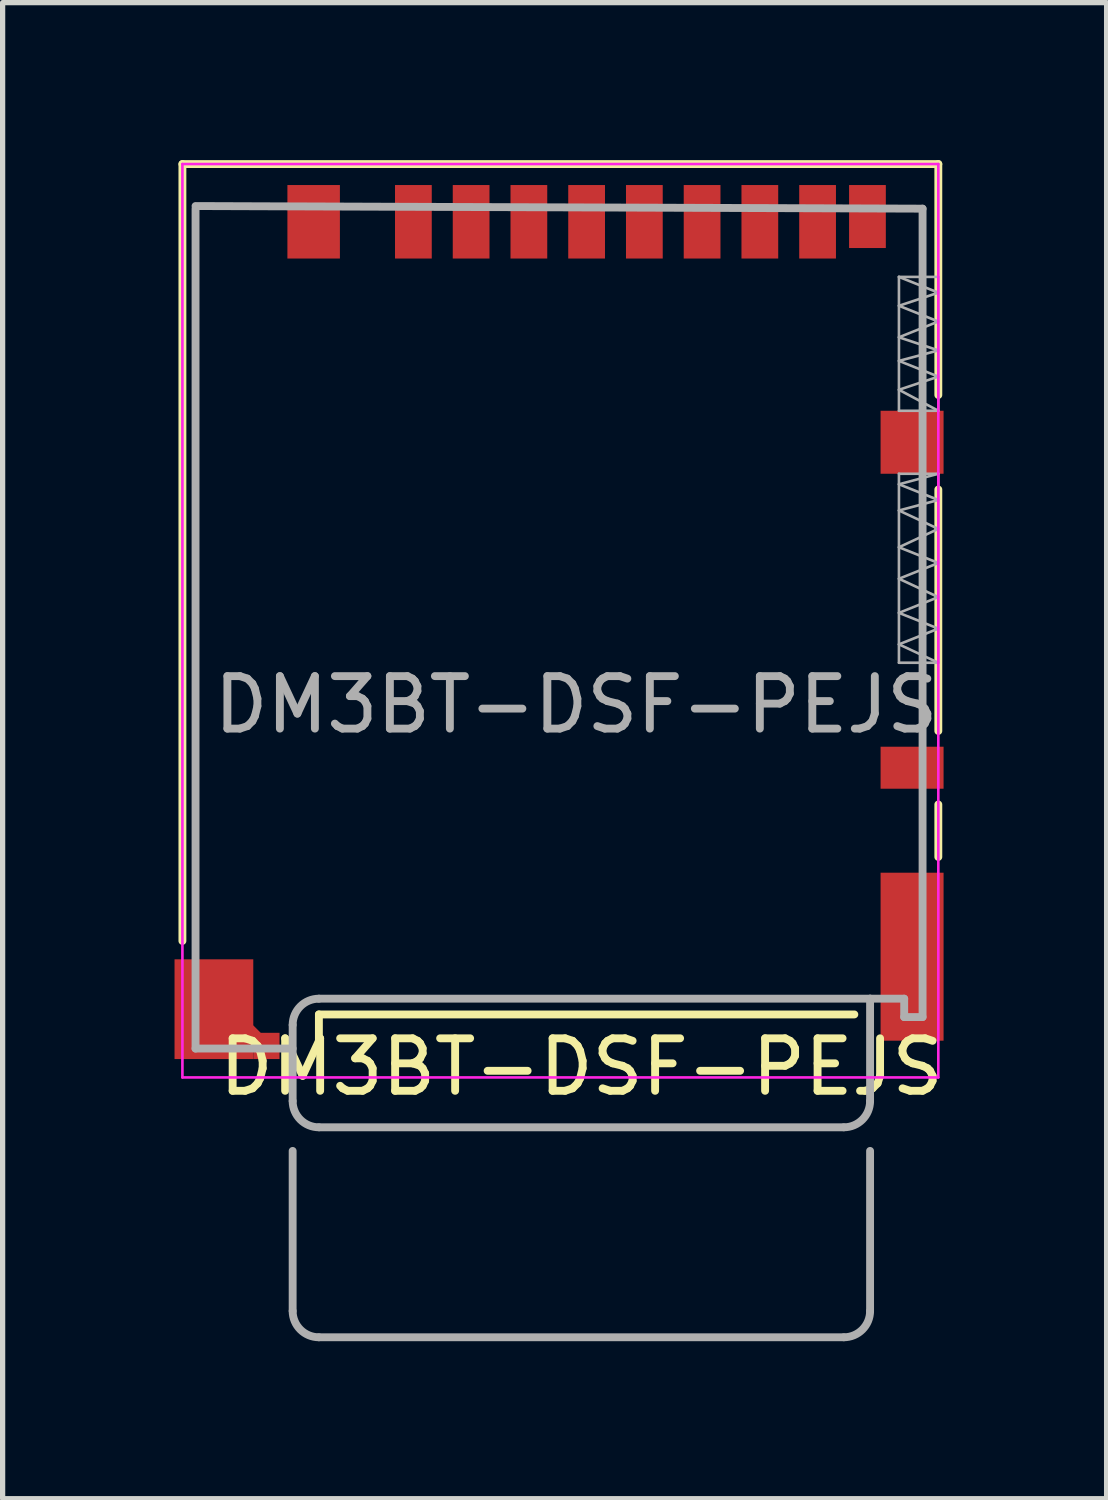
<source format=kicad_pcb>
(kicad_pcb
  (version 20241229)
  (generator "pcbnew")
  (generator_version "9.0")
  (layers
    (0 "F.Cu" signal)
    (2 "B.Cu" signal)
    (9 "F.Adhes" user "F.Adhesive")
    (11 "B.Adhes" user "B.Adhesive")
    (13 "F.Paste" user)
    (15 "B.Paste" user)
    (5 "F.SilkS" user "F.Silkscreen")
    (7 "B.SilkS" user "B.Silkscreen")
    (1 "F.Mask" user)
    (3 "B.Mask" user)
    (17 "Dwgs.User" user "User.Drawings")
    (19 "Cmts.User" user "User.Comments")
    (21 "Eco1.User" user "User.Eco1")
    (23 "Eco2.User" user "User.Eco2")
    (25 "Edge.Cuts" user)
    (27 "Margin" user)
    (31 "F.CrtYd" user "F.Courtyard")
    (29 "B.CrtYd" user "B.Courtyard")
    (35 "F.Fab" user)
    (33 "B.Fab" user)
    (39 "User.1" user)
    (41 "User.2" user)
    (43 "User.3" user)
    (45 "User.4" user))
  (footprint "DM3BT-DSF-PEJS"
    (layer "F.Cu")
    (at 8.025 0.875)
    (property "Reference" "DM3BT-DSF-PEJS" (at 0 16.4 0) (layer "F.SilkS") (effects (font (size 1 1) (thickness 0.15))))
    (attr through_hole)
    (fp_line (start -7.6 -0.8) (end -7.6 14) (stroke (width 0.15) (type solid)) (layer "F.SilkS"))
    (fp_line (start -7.6 -0.8) (end 6.8 -0.8) (stroke (width 0.15) (type solid)) (layer "F.SilkS"))
    (fp_line (start -5 15.4) (end -5 16) (stroke (width 0.15) (type solid)) (layer "F.SilkS"))
    (fp_line (start 5.2 15.4) (end -5 15.4) (stroke (width 0.15) (type solid)) (layer "F.SilkS"))
    (fp_line (start 6.8 -0.8) (end 6.8 3.6) (stroke (width 0.15) (type solid)) (layer "F.SilkS"))
    (fp_line (start 6.8 5.4) (end 6.8 10) (stroke (width 0.15) (type solid)) (layer "F.SilkS"))
    (fp_line (start 6.8 11.4) (end 6.8 12.4) (stroke (width 0.15) (type solid)) (layer "F.SilkS"))
    (fp_line (start -8 15.3) (end -6 15.3) (stroke (width 0.05) (type solid)) (layer "Eco1.User"))
    (fp_line (start -7.75 14.35) (end -7.75 16.25) (stroke (width 0.05) (type solid)) (layer "Eco1.User"))
    (fp_line (start -7.75 14.35) (end -6.25 14.35) (stroke (width 0.05) (type solid)) (layer "Eco1.User"))
    (fp_line (start -7.75 16.25) (end -5.75 16.25) (stroke (width 0.05) (type solid)) (layer "Eco1.User"))
    (fp_line (start -6.25 14.35) (end -6.25 15.6) (stroke (width 0.05) (type solid)) (layer "Eco1.User"))
    (fp_line (start -6.25 15.6) (end -6.1 15.75) (stroke (width 0.05) (type solid)) (layer "Eco1.User"))
    (fp_line (start -6.1 15.75) (end -5.75 15.75) (stroke (width 0.05) (type solid)) (layer "Eco1.User"))
    (fp_line (start -5.75 15.75) (end -5.75 16.25) (stroke (width 0.05) (type solid)) (layer "Eco1.User"))
    (fp_line (start -5.6 -0.4) (end 5.8 -0.4) (stroke (width 0.05) (type solid)) (layer "Eco1.User"))
    (fp_line (start -5.6 1) (end 4.85 1) (stroke (width 0.05) (type solid)) (layer "Eco1.User"))
    (fp_line (start -3.2 -0.4) (end -3.2 16.3) (stroke (width 0.05) (type solid)) (layer "Eco1.User"))
    (fp_line (start 5.1 -0.4) (end 5.1 0.8) (stroke (width 0.05) (type solid)) (layer "Eco1.User"))
    (fp_line (start 5.1 0.8) (end 5.8 0.8) (stroke (width 0.05) (type solid)) (layer "Eco1.User"))
    (fp_line (start 5.7 3.9) (end 5.7 15.9) (stroke (width 0.05) (type solid)) (layer "Eco1.User"))
    (fp_line (start 5.7 3.9) (end 6.9 3.9) (stroke (width 0.05) (type solid)) (layer "Eco1.User"))
    (fp_line (start 5.7 5.1) (end 6.9 5.1) (stroke (width 0.05) (type solid)) (layer "Eco1.User"))
    (fp_line (start 5.7 10.3) (end 6.9 10.3) (stroke (width 0.05) (type solid)) (layer "Eco1.User"))
    (fp_line (start 5.7 11.1) (end 6.9 11.1) (stroke (width 0.05) (type solid)) (layer "Eco1.User"))
    (fp_line (start 5.7 12.7) (end 6.9 12.7) (stroke (width 0.05) (type solid)) (layer "Eco1.User"))
    (fp_line (start 5.7 15.9) (end 6.9 15.9) (stroke (width 0.05) (type solid)) (layer "Eco1.User"))
    (fp_line (start 5.8 0.8) (end 5.8 -0.4) (stroke (width 0.05) (type solid)) (layer "Eco1.User"))
    (fp_line (start 6.05 1.35) (end 6.05 8.7) (stroke (width 0.05) (type solid)) (layer "Eco1.User"))
    (fp_line (start 6.05 1.35) (end 6.8 1.35) (stroke (width 0.05) (type solid)) (layer "Eco1.User"))
    (fp_line (start 6.05 8.7) (end 6.8 8.7) (stroke (width 0.05) (type solid)) (layer "Eco1.User"))
    (fp_line (start 6.8 1.35) (end 6.8 8.7) (stroke (width 0.05) (type solid)) (layer "Eco1.User"))
    (fp_line (start 6.9 3.9) (end 6.9 15.9) (stroke (width 0.05) (type solid)) (layer "Eco1.User"))
    (fp_line (start -7.6 -0.8) (end 6.8 -0.8) (stroke (width 0.05) (type solid)) (layer "F.CrtYd"))
    (fp_line (start -7.6 16.6) (end -7.6 -0.8) (stroke (width 0.05) (type solid)) (layer "F.CrtYd"))
    (fp_line (start 6.8 -0.8) (end 6.8 16.6) (stroke (width 0.05) (type solid)) (layer "F.CrtYd"))
    (fp_line (start 6.8 16.6) (end -7.6 16.6) (stroke (width 0.05) (type solid)) (layer "F.CrtYd"))
    (fp_line (start -7.35 0) (end 6.5 0.05) (stroke (width 0.15) (type solid)) (layer "F.Fab"))
    (fp_line (start -7.35 16.05) (end -7.35 0.05) (stroke (width 0.15) (type solid)) (layer "F.Fab"))
    (fp_line (start -7.35 16.05) (end -5.5 16.05) (stroke (width 0.15) (type solid)) (layer "F.Fab"))
    (fp_line (start -5.5 15.6) (end -5.5 17.05) (stroke (width 0.15) (type solid)) (layer "F.Fab"))
    (fp_line (start -5.5 18) (end -5.5 21.05) (stroke (width 0.15) (type solid)) (layer "F.Fab"))
    (fp_line (start -5 15.1) (end 5.5 15.1) (stroke (width 0.15) (type solid)) (layer "F.Fab"))
    (fp_line (start -5 17.55) (end 5 17.55) (stroke (width 0.15) (type solid)) (layer "F.Fab"))
    (fp_line (start -5 21.55) (end 5 21.55) (stroke (width 0.15) (type solid)) (layer "F.Fab"))
    (fp_line (start 5.5 17.05) (end 5.5 15.1) (stroke (width 0.15) (type solid)) (layer "F.Fab"))
    (fp_line (start 5.5 21.05) (end 5.5 18) (stroke (width 0.15) (type solid)) (layer "F.Fab"))
    (fp_line (start 6.05 1.35) (end 6.8 1.35) (stroke (width 0.05) (type solid)) (layer "F.Fab"))
    (fp_line (start 6.05 1.35) (end 6.8 1.65) (stroke (width 0.05) (type solid)) (layer "F.Fab"))
    (fp_line (start 6.05 1.9) (end 6.8 2.2) (stroke (width 0.05) (type solid)) (layer "F.Fab"))
    (fp_line (start 6.05 2.5) (end 6.8 2.75) (stroke (width 0.05) (type solid)) (layer "F.Fab"))
    (fp_line (start 6.05 2.95) (end 6.8 3.25) (stroke (width 0.05) (type solid)) (layer "F.Fab"))
    (fp_line (start 6.05 3.5) (end 6.8 3.9) (stroke (width 0.05) (type solid)) (layer "F.Fab"))
    (fp_line (start 6.05 3.9) (end 6.05 1.35) (stroke (width 0.05) (type solid)) (layer "F.Fab"))
    (fp_line (start 6.05 3.9) (end 6.8 3.9) (stroke (width 0.05) (type solid)) (layer "F.Fab"))
    (fp_line (start 6.05 5.1) (end 6.8 5.1) (stroke (width 0.05) (type solid)) (layer "F.Fab"))
    (fp_line (start 6.05 5.3) (end 6.8 5.1) (stroke (width 0.05) (type solid)) (layer "F.Fab"))
    (fp_line (start 6.05 5.8) (end 6.8 5.6) (stroke (width 0.05) (type solid)) (layer "F.Fab"))
    (fp_line (start 6.05 6.5) (end 6.8 6.15) (stroke (width 0.05) (type solid)) (layer "F.Fab"))
    (fp_line (start 6.05 7.1) (end 6.8 6.8) (stroke (width 0.05) (type solid)) (layer "F.Fab"))
    (fp_line (start 6.05 7.75) (end 6.8 7.45) (stroke (width 0.05) (type solid)) (layer "F.Fab"))
    (fp_line (start 6.05 8.35) (end 6.8 8.05) (stroke (width 0.05) (type solid)) (layer "F.Fab"))
    (fp_line (start 6.05 8.7) (end 6.05 5.1) (stroke (width 0.05) (type solid)) (layer "F.Fab"))
    (fp_line (start 6.15 15.1) (end 5.5 15.1) (stroke (width 0.15) (type solid)) (layer "F.Fab"))
    (fp_line (start 6.15 15.45) (end 6.15 15.1) (stroke (width 0.15) (type solid)) (layer "F.Fab"))
    (fp_line (start 6.5 15.45) (end 6.15 15.45) (stroke (width 0.15) (type solid)) (layer "F.Fab"))
    (fp_line (start 6.5 15.45) (end 6.5 0.05) (stroke (width 0.15) (type solid)) (layer "F.Fab"))
    (fp_line (start 6.8 1.35) (end 6.8 3.9) (stroke (width 0.05) (type solid)) (layer "F.Fab"))
    (fp_line (start 6.8 1.65) (end 6.05 1.9) (stroke (width 0.05) (type solid)) (layer "F.Fab"))
    (fp_line (start 6.8 2.2) (end 6.05 2.5) (stroke (width 0.05) (type solid)) (layer "F.Fab"))
    (fp_line (start 6.8 2.75) (end 6.05 2.95) (stroke (width 0.05) (type solid)) (layer "F.Fab"))
    (fp_line (start 6.8 3.25) (end 6.05 3.5) (stroke (width 0.05) (type solid)) (layer "F.Fab"))
    (fp_line (start 6.8 5.1) (end 6.8 8.7) (stroke (width 0.05) (type solid)) (layer "F.Fab"))
    (fp_line (start 6.8 5.6) (end 6.05 5.3) (stroke (width 0.05) (type solid)) (layer "F.Fab"))
    (fp_line (start 6.8 6.15) (end 6.05 5.8) (stroke (width 0.05) (type solid)) (layer "F.Fab"))
    (fp_line (start 6.8 6.8) (end 6.05 6.5) (stroke (width 0.05) (type solid)) (layer "F.Fab"))
    (fp_line (start 6.8 7.45) (end 6.05 7.1) (stroke (width 0.05) (type solid)) (layer "F.Fab"))
    (fp_line (start 6.8 8.05) (end 6.05 7.75) (stroke (width 0.05) (type solid)) (layer "F.Fab"))
    (fp_line (start 6.8 8.7) (end 6.05 8.35) (stroke (width 0.05) (type solid)) (layer "F.Fab"))
    (fp_line (start 6.8 8.7) (end 6.05 8.7) (stroke (width 0.05) (type solid)) (layer "F.Fab"))
    (fp_arc (start -5.5 15.6) (mid -5.353553 15.246447) (end -5 15.1) (stroke (width 0.15) (type solid)) (layer "F.Fab"))
    (fp_arc (start -5 17.55) (mid -5.353553 17.403553) (end -5.5 17.05) (stroke (width 0.15) (type solid)) (layer "F.Fab"))
    (fp_arc (start -5 21.55) (mid -5.353553 21.403553) (end -5.5 21.05) (stroke (width 0.15) (type solid)) (layer "F.Fab"))
    (fp_arc (start 5.5 17.05) (mid 5.353553 17.403553) (end 5 17.55) (stroke (width 0.15) (type solid)) (layer "F.Fab"))
    (fp_arc (start 5.5 21.05) (mid 5.353553 21.403553) (end 5 21.55) (stroke (width 0.15) (type solid)) (layer "F.Fab"))
    (fp_text user "${REFERENCE}" (at -0.1 9.5 0) (layer "F.Fab") (effects (font (size 1 1) (thickness 0.15))))
    (pad "1" smd rect (at -3.2 0.3) (size 0.7 1.4) (layers "F.Cu" "F.Mask" "F.Paste"))
    (pad "2" smd rect (at -2.1 0.3) (size 0.7 1.4) (layers "F.Cu" "F.Mask" "F.Paste"))
    (pad "3" smd rect (at -1 0.3) (size 0.7 1.4) (layers "F.Cu" "F.Mask" "F.Paste"))
    (pad "4" smd rect (at 0.1 0.3) (size 0.7 1.4) (layers "F.Cu" "F.Mask" "F.Paste"))
    (pad "5" smd rect (at 1.2 0.3) (size 0.7 1.4) (layers "F.Cu" "F.Mask" "F.Paste"))
    (pad "6" smd rect (at 2.3 0.3) (size 0.7 1.4) (layers "F.Cu" "F.Mask" "F.Paste"))
    (pad "7" smd rect (at 3.4 0.3) (size 0.7 1.4) (layers "F.Cu" "F.Mask" "F.Paste"))
    (pad "8" smd rect (at 4.5 0.3) (size 0.7 1.4) (layers "F.Cu" "F.Mask" "F.Paste"))
    (pad "9" smd rect (at 6.3 4.5) (size 1.2 1.2) (layers "F.Cu" "F.Mask" "F.Paste"))
    (pad "10" smd rect (at 6.3 14.3) (size 1.2 3.2) (layers "F.Cu" "F.Mask" "F.Paste"))
    (pad "11" smd rect (at -7 15.3) (size 1.5 1.9) (layers "F.Cu" "F.Mask" "F.Paste"))
    (pad "11" smd rect (at -6.25 15.75 45) (size 0.2 0.2) (layers "F.Cu" "F.Mask" "F.Paste"))
    (pad "11" smd rect (at -6 16) (size 0.5 0.5) (layers "F.Cu" "F.Mask" "F.Paste"))
    (pad "12" smd rect (at -5.1 0.3) (size 1 1.4) (layers "F.Cu" "F.Mask" "F.Paste"))
    (pad "A" smd rect (at 6.3 10.7) (size 1.2 0.8) (layers "F.Cu" "F.Mask" "F.Paste"))
    (pad "B" smd rect (at 5.45 0.2) (size 0.7 1.2) (layers "F.Cu" "F.Mask" "F.Paste")))
  (gr_rect
    (start -3 -3)
    (end 18.031 25.5)
    (stroke (width 0.1) (type default))
    (fill no)
    (layer "Edge.Cuts")))
</source>
